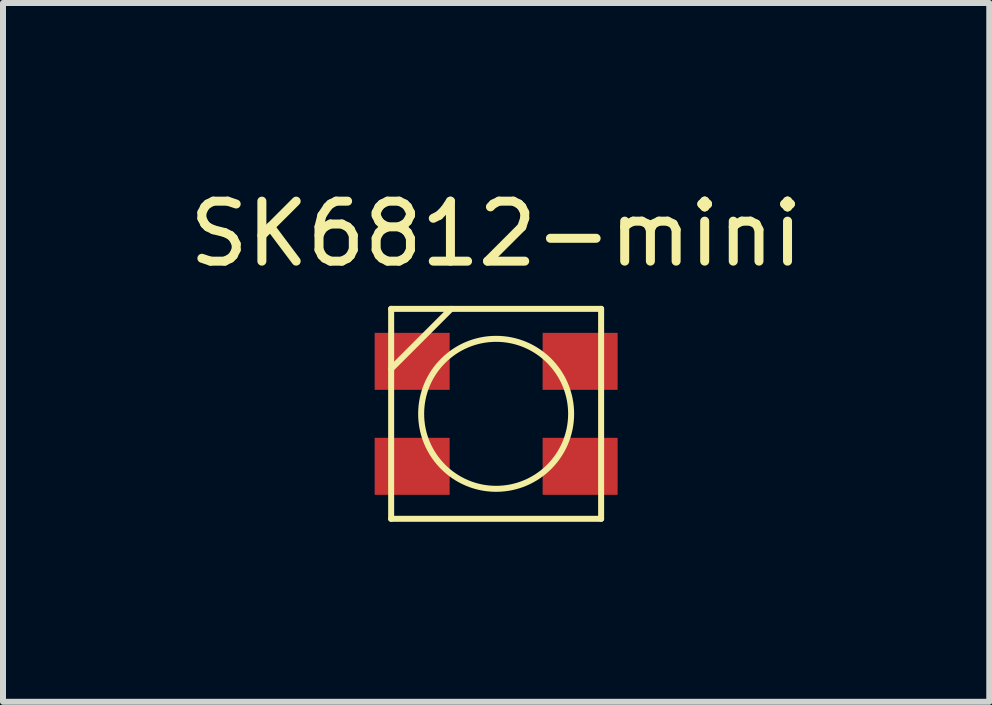
<source format=kicad_pcb>
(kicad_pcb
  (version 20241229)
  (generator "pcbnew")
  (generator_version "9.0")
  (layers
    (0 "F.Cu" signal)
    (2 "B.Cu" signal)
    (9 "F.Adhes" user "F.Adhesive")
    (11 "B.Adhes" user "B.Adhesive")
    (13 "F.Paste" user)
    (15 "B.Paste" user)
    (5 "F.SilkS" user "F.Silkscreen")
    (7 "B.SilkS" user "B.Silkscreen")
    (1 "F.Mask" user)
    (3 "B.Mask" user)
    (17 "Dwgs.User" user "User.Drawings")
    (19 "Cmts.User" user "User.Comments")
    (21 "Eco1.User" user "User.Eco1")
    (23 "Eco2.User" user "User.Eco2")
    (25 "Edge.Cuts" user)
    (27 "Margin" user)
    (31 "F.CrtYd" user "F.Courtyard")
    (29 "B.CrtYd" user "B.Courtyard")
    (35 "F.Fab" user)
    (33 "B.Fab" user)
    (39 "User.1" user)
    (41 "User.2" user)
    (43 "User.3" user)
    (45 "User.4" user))
  (footprint "SK6812-mini"
    (layer "F.Cu")
    (at 5.22 3.848)
    (property "Reference" "SK6812-mini" (at 0 -3 0) (layer "F.SilkS") (effects (font (size 1 1) (thickness 0.15))))
    (attr through_hole)
    (fp_line (start -1.75 -1.75) (end 1.75 -1.75) (stroke (width 0.1) (type solid)) (layer "F.SilkS"))
    (fp_line (start -1.75 -0.75) (end -0.75 -1.75) (stroke (width 0.1) (type solid)) (layer "F.SilkS"))
    (fp_line (start -1.75 1.75) (end -1.75 -1.75) (stroke (width 0.1) (type solid)) (layer "F.SilkS"))
    (fp_line (start 1.75 -1.75) (end 1.75 1.75) (stroke (width 0.1) (type solid)) (layer "F.SilkS"))
    (fp_line (start 1.75 1.75) (end -1.75 1.75) (stroke (width 0.1) (type solid)) (layer "F.SilkS"))
    (fp_circle (center 0 0) (end 0 -1.25) (stroke (width 0.1) (type solid)) (fill no) (layer "F.SilkS"))
    (pad "1" smd rect (at -1.4 -0.875) (size 1.25 0.95) (layers "F.Cu" "F.Mask" "F.Paste"))
    (pad "2" smd rect (at -1.4 0.875) (size 1.25 0.95) (layers "F.Cu" "F.Mask" "F.Paste"))
    (pad "3" smd rect (at 1.4 0.875) (size 1.25 0.95) (layers "F.Cu" "F.Mask" "F.Paste"))
    (pad "4" smd rect (at 1.4 -0.875) (size 1.25 0.95) (layers "F.Cu" "F.Mask" "F.Paste")))
  (gr_rect
    (start -3 -3)
    (end 13.44 8.648)
    (stroke (width 0.1) (type default))
    (fill no)
    (layer "Edge.Cuts")))
</source>
